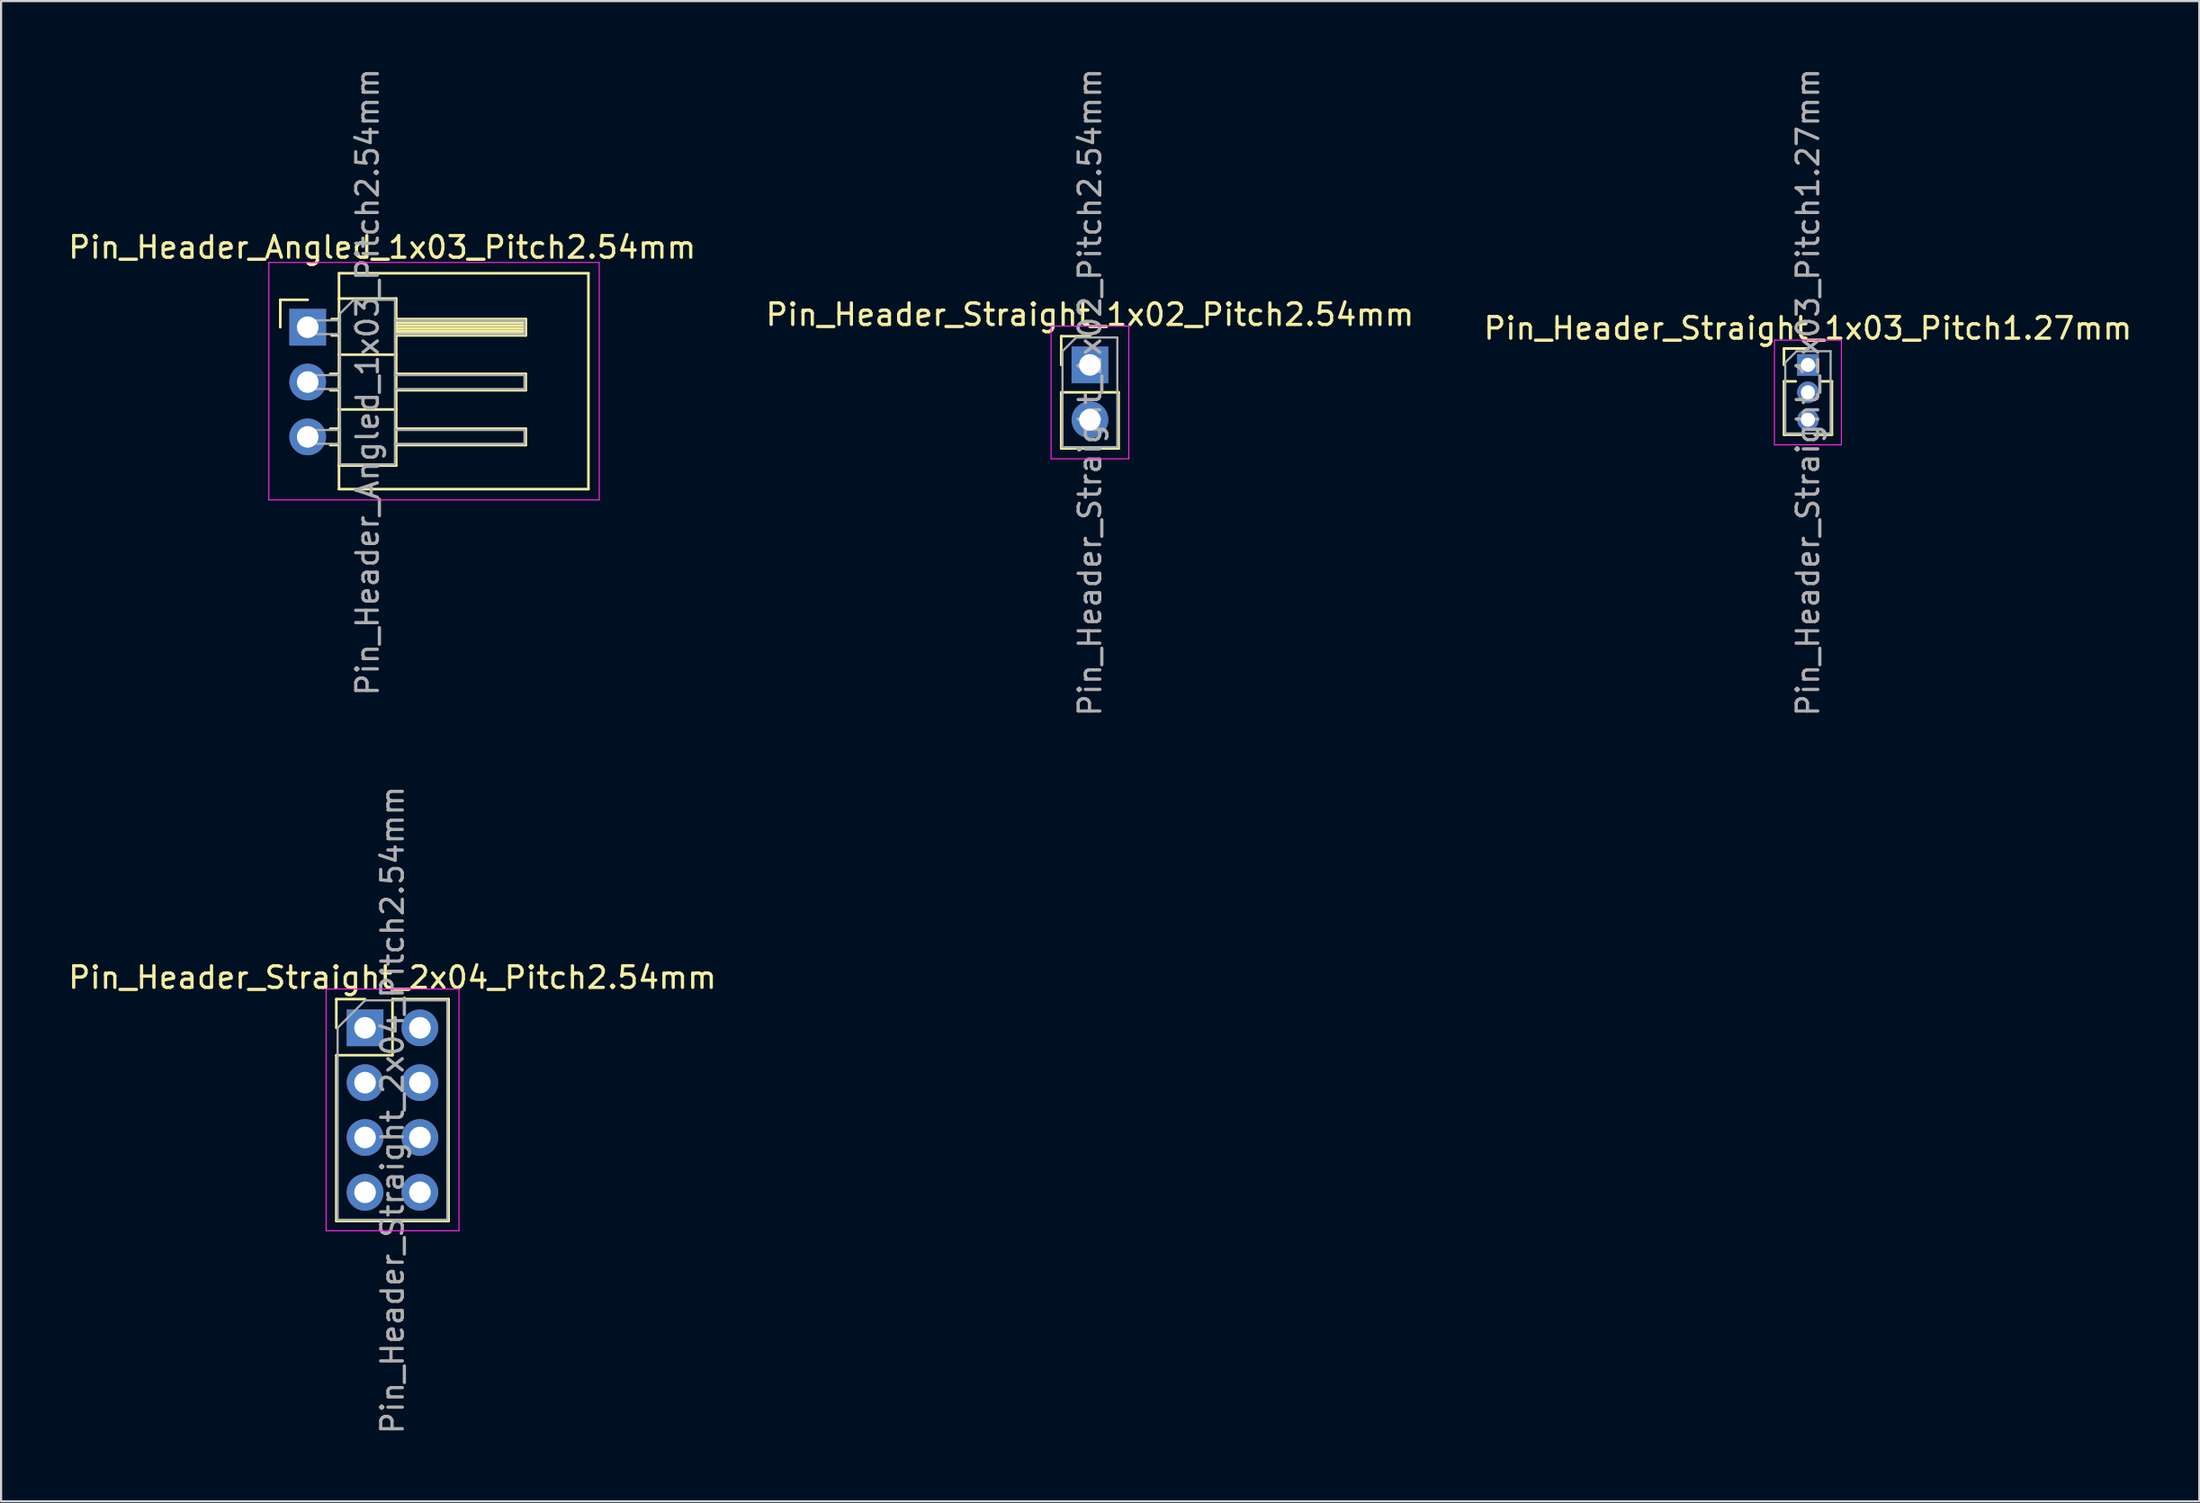
<source format=kicad_pcb>
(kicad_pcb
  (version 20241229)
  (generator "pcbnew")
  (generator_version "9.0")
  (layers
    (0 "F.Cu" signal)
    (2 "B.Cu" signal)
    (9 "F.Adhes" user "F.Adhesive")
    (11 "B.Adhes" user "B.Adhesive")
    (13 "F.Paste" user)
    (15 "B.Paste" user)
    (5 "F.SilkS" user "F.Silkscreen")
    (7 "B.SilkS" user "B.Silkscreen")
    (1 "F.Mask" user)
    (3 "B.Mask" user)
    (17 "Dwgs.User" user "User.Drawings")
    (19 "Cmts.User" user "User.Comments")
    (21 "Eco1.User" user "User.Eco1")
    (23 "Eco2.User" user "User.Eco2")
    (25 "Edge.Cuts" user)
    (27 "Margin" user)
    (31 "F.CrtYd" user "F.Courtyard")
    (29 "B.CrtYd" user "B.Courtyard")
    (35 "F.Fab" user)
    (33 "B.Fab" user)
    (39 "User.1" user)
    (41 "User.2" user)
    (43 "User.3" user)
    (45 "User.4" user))
  (footprint "Pin_Header_Straight_2x04_Pitch2.54mm"
    (layer "F.Cu")
    (at 13.855 44.565)
    (property "Reference" "Pin_Header_Straight_2x04_Pitch2.54mm" (at 1.27 -2.33 0) (layer "F.SilkS") (effects (font (size 1 1) (thickness 0.15))))
    (attr through_hole)
    (fp_line (start -1.33 -1.33) (end 0 -1.33) (stroke (width 0.12) (type solid)) (layer "F.SilkS"))
    (fp_line (start -1.33 0) (end -1.33 -1.33) (stroke (width 0.12) (type solid)) (layer "F.SilkS"))
    (fp_line (start -1.33 1.27) (end -1.33 8.95) (stroke (width 0.12) (type solid)) (layer "F.SilkS"))
    (fp_line (start -1.33 1.27) (end 1.27 1.27) (stroke (width 0.12) (type solid)) (layer "F.SilkS"))
    (fp_line (start -1.33 8.95) (end 3.87 8.95) (stroke (width 0.12) (type solid)) (layer "F.SilkS"))
    (fp_line (start 1.27 -1.33) (end 3.87 -1.33) (stroke (width 0.12) (type solid)) (layer "F.SilkS"))
    (fp_line (start 1.27 1.27) (end 1.27 -1.33) (stroke (width 0.12) (type solid)) (layer "F.SilkS"))
    (fp_line (start 3.87 -1.33) (end 3.87 8.95) (stroke (width 0.12) (type solid)) (layer "F.SilkS"))
    (fp_line (start -1.8 -1.8) (end -1.8 9.4) (stroke (width 0.05) (type solid)) (layer "F.CrtYd"))
    (fp_line (start -1.8 9.4) (end 4.35 9.4) (stroke (width 0.05) (type solid)) (layer "F.CrtYd"))
    (fp_line (start 4.35 -1.8) (end -1.8 -1.8) (stroke (width 0.05) (type solid)) (layer "F.CrtYd"))
    (fp_line (start 4.35 9.4) (end 4.35 -1.8) (stroke (width 0.05) (type solid)) (layer "F.CrtYd"))
    (fp_line (start -1.27 0) (end 0 -1.27) (stroke (width 0.1) (type solid)) (layer "F.Fab"))
    (fp_line (start -1.27 8.89) (end -1.27 0) (stroke (width 0.1) (type solid)) (layer "F.Fab"))
    (fp_line (start 0 -1.27) (end 3.81 -1.27) (stroke (width 0.1) (type solid)) (layer "F.Fab"))
    (fp_line (start 3.81 -1.27) (end 3.81 8.89) (stroke (width 0.1) (type solid)) (layer "F.Fab"))
    (fp_line (start 3.81 8.89) (end -1.27 8.89) (stroke (width 0.1) (type solid)) (layer "F.Fab"))
    (fp_text user "${REFERENCE}" (at 1.27 3.81 90) (layer "F.Fab") (effects (font (size 1 1) (thickness 0.15))))
    (pad "1" thru_hole rect (at 0 0) (size 1.7 1.7) (drill 1) (layers "*.Cu" "*.Mask"))
    (pad "2" thru_hole oval (at 2.54 0) (size 1.7 1.7) (drill 1) (layers "*.Cu" "*.Mask"))
    (pad "3" thru_hole oval (at 0 2.54) (size 1.7 1.7) (drill 1) (layers "*.Cu" "*.Mask"))
    (pad "4" thru_hole oval (at 2.54 2.54) (size 1.7 1.7) (drill 1) (layers "*.Cu" "*.Mask"))
    (pad "5" thru_hole oval (at 0 5.08) (size 1.7 1.7) (drill 1) (layers "*.Cu" "*.Mask"))
    (pad "6" thru_hole oval (at 2.54 5.08) (size 1.7 1.7) (drill 1) (layers "*.Cu" "*.Mask"))
    (pad "7" thru_hole oval (at 0 7.62) (size 1.7 1.7) (drill 1) (layers "*.Cu" "*.Mask"))
    (pad "8" thru_hole oval (at 2.54 7.62) (size 1.7 1.7) (drill 1) (layers "*.Cu" "*.Mask")))
  (footprint "Pin_Header_Angled_1x03_Pitch2.54mm"
    (layer "F.Cu")
    (at 11.199 12.109)
    (property "Reference" "Pin_Header_Angled_1x03_Pitch2.54mm" (at 3.45 -3.7 0) (layer "F.SilkS") (effects (font (size 1 1) (thickness 0.15))))
    (attr through_hole)
    (fp_line (start -1.27 -1.27) (end 0 -1.27) (stroke (width 0.12) (type solid)) (layer "F.SilkS"))
    (fp_line (start -1.27 0) (end -1.27 -1.27) (stroke (width 0.12) (type solid)) (layer "F.SilkS"))
    (fp_line (start 1.043 2.16) (end 1.44 2.16) (stroke (width 0.12) (type solid)) (layer "F.SilkS"))
    (fp_line (start 1.043 2.92) (end 1.44 2.92) (stroke (width 0.12) (type solid)) (layer "F.SilkS"))
    (fp_line (start 1.043 4.7) (end 1.44 4.7) (stroke (width 0.12) (type solid)) (layer "F.SilkS"))
    (fp_line (start 1.043 5.46) (end 1.44 5.46) (stroke (width 0.12) (type solid)) (layer "F.SilkS"))
    (fp_line (start 1.11 -0.38) (end 1.44 -0.38) (stroke (width 0.12) (type solid)) (layer "F.SilkS"))
    (fp_line (start 1.11 0.38) (end 1.44 0.38) (stroke (width 0.12) (type solid)) (layer "F.SilkS"))
    (fp_line (start 1.44 1.27) (end 4.1 1.27) (stroke (width 0.12) (type solid)) (layer "F.SilkS"))
    (fp_line (start 1.44 3.81) (end 4.1 3.81) (stroke (width 0.12) (type solid)) (layer "F.SilkS"))
    (fp_line (start 1.44 6.41) (end 4.1 6.41) (stroke (width 0.12) (type solid)) (layer "F.SilkS"))
    (fp_line (start 1.45 -2.5) (end 1.45 7.5) (stroke (width 0.12) (type solid)) (layer "F.SilkS"))
    (fp_line (start 1.45 -2.5) (end 13 -2.5) (stroke (width 0.12) (type solid)) (layer "F.SilkS"))
    (fp_line (start 1.45 7.5) (end 13 7.5) (stroke (width 0.12) (type solid)) (layer "F.SilkS"))
    (fp_line (start 4.1 -1.33) (end 1.44 -1.33) (stroke (width 0.12) (type solid)) (layer "F.SilkS"))
    (fp_line (start 4.1 -0.38) (end 10.1 -0.38) (stroke (width 0.12) (type solid)) (layer "F.SilkS"))
    (fp_line (start 4.1 -0.32) (end 10.1 -0.32) (stroke (width 0.12) (type solid)) (layer "F.SilkS"))
    (fp_line (start 4.1 -0.2) (end 10.1 -0.2) (stroke (width 0.12) (type solid)) (layer "F.SilkS"))
    (fp_line (start 4.1 -0.08) (end 10.1 -0.08) (stroke (width 0.12) (type solid)) (layer "F.SilkS"))
    (fp_line (start 4.1 0.04) (end 10.1 0.04) (stroke (width 0.12) (type solid)) (layer "F.SilkS"))
    (fp_line (start 4.1 0.16) (end 10.1 0.16) (stroke (width 0.12) (type solid)) (layer "F.SilkS"))
    (fp_line (start 4.1 0.28) (end 10.1 0.28) (stroke (width 0.12) (type solid)) (layer "F.SilkS"))
    (fp_line (start 4.1 2.16) (end 10.1 2.16) (stroke (width 0.12) (type solid)) (layer "F.SilkS"))
    (fp_line (start 4.1 4.7) (end 10.1 4.7) (stroke (width 0.12) (type solid)) (layer "F.SilkS"))
    (fp_line (start 4.1 6.41) (end 4.1 -1.33) (stroke (width 0.12) (type solid)) (layer "F.SilkS"))
    (fp_line (start 10.1 -0.38) (end 10.1 0.38) (stroke (width 0.12) (type solid)) (layer "F.SilkS"))
    (fp_line (start 10.1 0.38) (end 4.1 0.38) (stroke (width 0.12) (type solid)) (layer "F.SilkS"))
    (fp_line (start 10.1 2.16) (end 10.1 2.92) (stroke (width 0.12) (type solid)) (layer "F.SilkS"))
    (fp_line (start 10.1 2.92) (end 4.1 2.92) (stroke (width 0.12) (type solid)) (layer "F.SilkS"))
    (fp_line (start 10.1 4.7) (end 10.1 5.46) (stroke (width 0.12) (type solid)) (layer "F.SilkS"))
    (fp_line (start 10.1 5.46) (end 4.1 5.46) (stroke (width 0.12) (type solid)) (layer "F.SilkS"))
    (fp_line (start 13 7.5) (end 13 -2.5) (stroke (width 0.12) (type solid)) (layer "F.SilkS"))
    (fp_line (start -1.8 -3) (end -1.8 8) (stroke (width 0.05) (type solid)) (layer "F.CrtYd"))
    (fp_line (start -1.8 8) (end 13.5 8) (stroke (width 0.05) (type solid)) (layer "F.CrtYd"))
    (fp_line (start 13.5 -3) (end -1.8 -3) (stroke (width 0.05) (type solid)) (layer "F.CrtYd"))
    (fp_line (start 13.5 -3) (end 13.5 8) (stroke (width 0.05) (type solid)) (layer "F.CrtYd"))
    (fp_line (start -0.32 -0.32) (end -0.32 0.32) (stroke (width 0.1) (type solid)) (layer "F.Fab"))
    (fp_line (start -0.32 -0.32) (end 1.5 -0.32) (stroke (width 0.1) (type solid)) (layer "F.Fab"))
    (fp_line (start -0.32 0.32) (end 1.5 0.32) (stroke (width 0.1) (type solid)) (layer "F.Fab"))
    (fp_line (start -0.32 2.22) (end -0.32 2.86) (stroke (width 0.1) (type solid)) (layer "F.Fab"))
    (fp_line (start -0.32 2.22) (end 1.5 2.22) (stroke (width 0.1) (type solid)) (layer "F.Fab"))
    (fp_line (start -0.32 2.86) (end 1.5 2.86) (stroke (width 0.1) (type solid)) (layer "F.Fab"))
    (fp_line (start -0.32 4.76) (end -0.32 5.4) (stroke (width 0.1) (type solid)) (layer "F.Fab"))
    (fp_line (start -0.32 4.76) (end 1.5 4.76) (stroke (width 0.1) (type solid)) (layer "F.Fab"))
    (fp_line (start -0.32 5.4) (end 1.5 5.4) (stroke (width 0.1) (type solid)) (layer "F.Fab"))
    (fp_line (start 1.5 -0.635) (end 2.135 -1.27) (stroke (width 0.1) (type solid)) (layer "F.Fab"))
    (fp_line (start 1.5 6.35) (end 1.5 -0.635) (stroke (width 0.1) (type solid)) (layer "F.Fab"))
    (fp_line (start 2.135 -1.27) (end 4.04 -1.27) (stroke (width 0.1) (type solid)) (layer "F.Fab"))
    (fp_line (start 4.04 -1.27) (end 4.04 6.35) (stroke (width 0.1) (type solid)) (layer "F.Fab"))
    (fp_line (start 4.04 -0.32) (end 10.04 -0.32) (stroke (width 0.1) (type solid)) (layer "F.Fab"))
    (fp_line (start 4.04 0.32) (end 10.04 0.32) (stroke (width 0.1) (type solid)) (layer "F.Fab"))
    (fp_line (start 4.04 2.22) (end 10.04 2.22) (stroke (width 0.1) (type solid)) (layer "F.Fab"))
    (fp_line (start 4.04 2.86) (end 10.04 2.86) (stroke (width 0.1) (type solid)) (layer "F.Fab"))
    (fp_line (start 4.04 4.76) (end 10.04 4.76) (stroke (width 0.1) (type solid)) (layer "F.Fab"))
    (fp_line (start 4.04 5.4) (end 10.04 5.4) (stroke (width 0.1) (type solid)) (layer "F.Fab"))
    (fp_line (start 4.04 6.35) (end 1.5 6.35) (stroke (width 0.1) (type solid)) (layer "F.Fab"))
    (fp_line (start 10.04 -0.32) (end 10.04 0.32) (stroke (width 0.1) (type solid)) (layer "F.Fab"))
    (fp_line (start 10.04 2.22) (end 10.04 2.86) (stroke (width 0.1) (type solid)) (layer "F.Fab"))
    (fp_line (start 10.04 4.76) (end 10.04 5.4) (stroke (width 0.1) (type solid)) (layer "F.Fab"))
    (fp_text user "${REFERENCE}" (at 2.77 2.54 90) (layer "F.Fab") (effects (font (size 1 1) (thickness 0.15))))
    (pad "1" thru_hole rect (at 0 0) (size 1.7 1.7) (drill 1) (layers "*.Cu" "*.Mask"))
    (pad "2" thru_hole oval (at 0 2.54) (size 1.7 1.7) (drill 1) (layers "*.Cu" "*.Mask"))
    (pad "3" thru_hole oval (at 0 5.08) (size 1.7 1.7) (drill 1) (layers "*.Cu" "*.Mask")))
  (footprint "Pin_Header_Straight_1x03_Pitch1.27mm"
    (layer "F.Cu")
    (at 80.673 13.855)
    (property "Reference" "Pin_Header_Straight_1x03_Pitch1.27mm" (at 0 -1.695 0) (layer "F.SilkS") (effects (font (size 1 1) (thickness 0.15))))
    (attr through_hole)
    (fp_line (start -1.11 -0.76) (end 0 -0.76) (stroke (width 0.12) (type solid)) (layer "F.SilkS"))
    (fp_line (start -1.11 0) (end -1.11 -0.76) (stroke (width 0.12) (type solid)) (layer "F.SilkS"))
    (fp_line (start -1.11 0.76) (end -1.11 3.235) (stroke (width 0.12) (type solid)) (layer "F.SilkS"))
    (fp_line (start -1.11 0.76) (end -0.563 0.76) (stroke (width 0.12) (type solid)) (layer "F.SilkS"))
    (fp_line (start -1.11 3.235) (end -0.308 3.235) (stroke (width 0.12) (type solid)) (layer "F.SilkS"))
    (fp_line (start 0.308 3.235) (end 1.11 3.235) (stroke (width 0.12) (type solid)) (layer "F.SilkS"))
    (fp_line (start 0.563 0.76) (end 1.11 0.76) (stroke (width 0.12) (type solid)) (layer "F.SilkS"))
    (fp_line (start 1.11 0.76) (end 1.11 3.235) (stroke (width 0.12) (type solid)) (layer "F.SilkS"))
    (fp_line (start -1.55 -1.15) (end -1.55 3.7) (stroke (width 0.05) (type solid)) (layer "F.CrtYd"))
    (fp_line (start -1.55 3.7) (end 1.55 3.7) (stroke (width 0.05) (type solid)) (layer "F.CrtYd"))
    (fp_line (start 1.55 -1.15) (end -1.55 -1.15) (stroke (width 0.05) (type solid)) (layer "F.CrtYd"))
    (fp_line (start 1.55 3.7) (end 1.55 -1.15) (stroke (width 0.05) (type solid)) (layer "F.CrtYd"))
    (fp_line (start -1.05 -0.11) (end -0.525 -0.635) (stroke (width 0.1) (type solid)) (layer "F.Fab"))
    (fp_line (start -1.05 3.175) (end -1.05 -0.11) (stroke (width 0.1) (type solid)) (layer "F.Fab"))
    (fp_line (start -0.525 -0.635) (end 1.05 -0.635) (stroke (width 0.1) (type solid)) (layer "F.Fab"))
    (fp_line (start 1.05 -0.635) (end 1.05 3.175) (stroke (width 0.1) (type solid)) (layer "F.Fab"))
    (fp_line (start 1.05 3.175) (end -1.05 3.175) (stroke (width 0.1) (type solid)) (layer "F.Fab"))
    (fp_text user "${REFERENCE}" (at 0 1.27 90) (layer "F.Fab") (effects (font (size 1 1) (thickness 0.15))))
    (pad "1" thru_hole rect (at 0 0) (size 1 1) (drill 0.65) (layers "*.Cu" "*.Mask"))
    (pad "2" thru_hole oval (at 0 1.27) (size 1 1) (drill 0.65) (layers "*.Cu" "*.Mask"))
    (pad "3" thru_hole oval (at 0 2.54) (size 1 1) (drill 0.65) (layers "*.Cu" "*.Mask")))
  (footprint "Pin_Header_Straight_1x02_Pitch2.54mm"
    (layer "F.Cu")
    (at 47.423 13.855)
    (property "Reference" "Pin_Header_Straight_1x02_Pitch2.54mm" (at 0 -2.33 0) (layer "F.SilkS") (effects (font (size 1 1) (thickness 0.15))))
    (attr through_hole)
    (fp_line (start -1.33 -1.33) (end 0 -1.33) (stroke (width 0.12) (type solid)) (layer "F.SilkS"))
    (fp_line (start -1.33 0) (end -1.33 -1.33) (stroke (width 0.12) (type solid)) (layer "F.SilkS"))
    (fp_line (start -1.33 1.27) (end -1.33 3.87) (stroke (width 0.12) (type solid)) (layer "F.SilkS"))
    (fp_line (start -1.33 1.27) (end 1.33 1.27) (stroke (width 0.12) (type solid)) (layer "F.SilkS"))
    (fp_line (start -1.33 3.87) (end 1.33 3.87) (stroke (width 0.12) (type solid)) (layer "F.SilkS"))
    (fp_line (start 1.33 1.27) (end 1.33 3.87) (stroke (width 0.12) (type solid)) (layer "F.SilkS"))
    (fp_line (start -1.8 -1.8) (end -1.8 4.35) (stroke (width 0.05) (type solid)) (layer "F.CrtYd"))
    (fp_line (start -1.8 4.35) (end 1.8 4.35) (stroke (width 0.05) (type solid)) (layer "F.CrtYd"))
    (fp_line (start 1.8 -1.8) (end -1.8 -1.8) (stroke (width 0.05) (type solid)) (layer "F.CrtYd"))
    (fp_line (start 1.8 4.35) (end 1.8 -1.8) (stroke (width 0.05) (type solid)) (layer "F.CrtYd"))
    (fp_line (start -1.27 -0.635) (end -0.635 -1.27) (stroke (width 0.1) (type solid)) (layer "F.Fab"))
    (fp_line (start -1.27 3.81) (end -1.27 -0.635) (stroke (width 0.1) (type solid)) (layer "F.Fab"))
    (fp_line (start -0.635 -1.27) (end 1.27 -1.27) (stroke (width 0.1) (type solid)) (layer "F.Fab"))
    (fp_line (start 1.27 -1.27) (end 1.27 3.81) (stroke (width 0.1) (type solid)) (layer "F.Fab"))
    (fp_line (start 1.27 3.81) (end -1.27 3.81) (stroke (width 0.1) (type solid)) (layer "F.Fab"))
    (fp_text user "${REFERENCE}" (at 0 1.27 90) (layer "F.Fab") (effects (font (size 1 1) (thickness 0.15))))
    (pad "1" thru_hole rect (at 0 0) (size 1.7 1.7) (drill 1) (layers "*.Cu" "*.Mask"))
    (pad "2" thru_hole oval (at 0 2.54) (size 1.7 1.7) (drill 1) (layers "*.Cu" "*.Mask")))
  (gr_rect
    (start -3 -3)
    (end 98.798 66.5)
    (stroke (width 0.1) (type default))
    (fill no)
    (layer "Edge.Cuts")))
</source>
